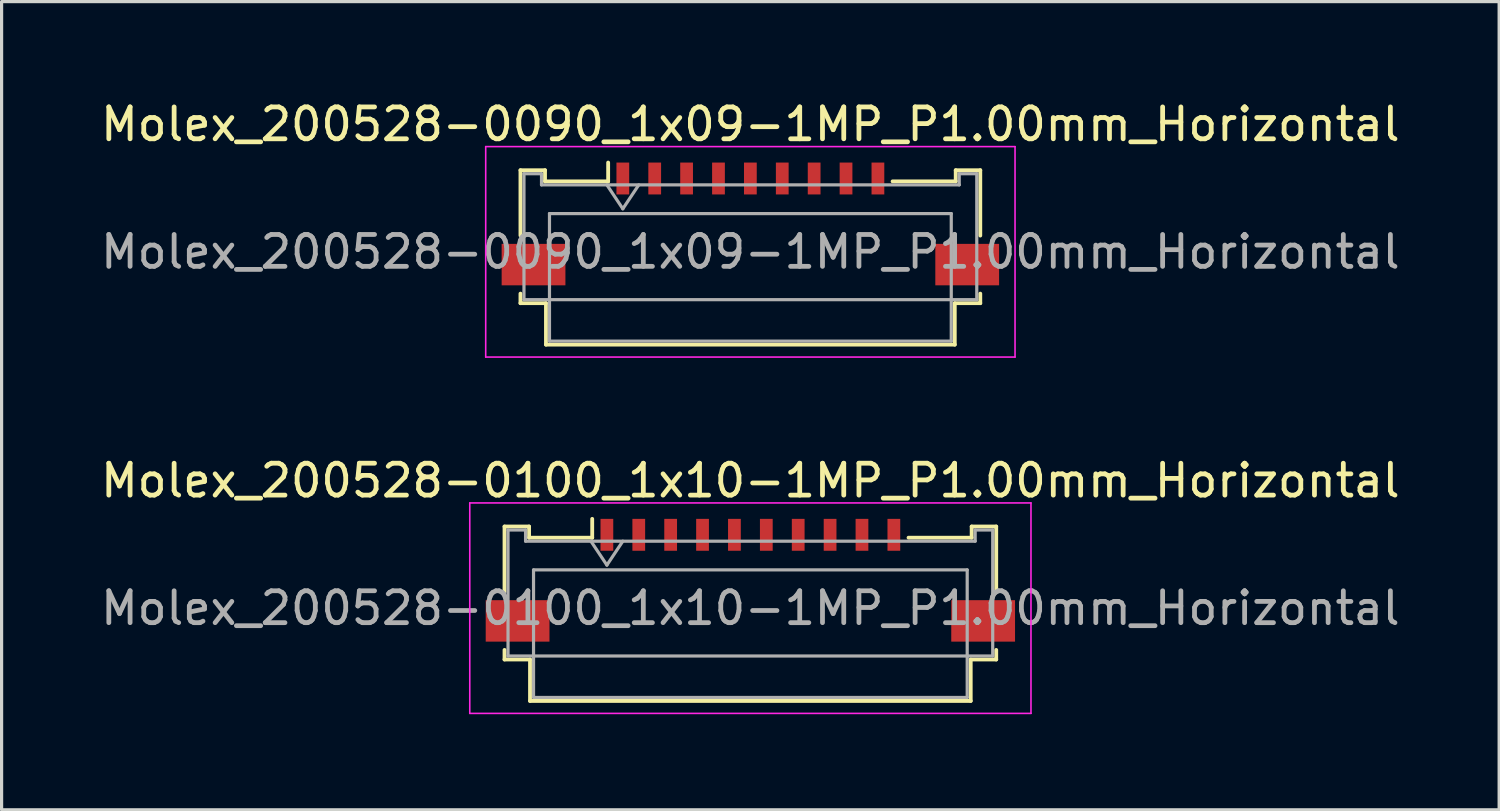
<source format=kicad_pcb>
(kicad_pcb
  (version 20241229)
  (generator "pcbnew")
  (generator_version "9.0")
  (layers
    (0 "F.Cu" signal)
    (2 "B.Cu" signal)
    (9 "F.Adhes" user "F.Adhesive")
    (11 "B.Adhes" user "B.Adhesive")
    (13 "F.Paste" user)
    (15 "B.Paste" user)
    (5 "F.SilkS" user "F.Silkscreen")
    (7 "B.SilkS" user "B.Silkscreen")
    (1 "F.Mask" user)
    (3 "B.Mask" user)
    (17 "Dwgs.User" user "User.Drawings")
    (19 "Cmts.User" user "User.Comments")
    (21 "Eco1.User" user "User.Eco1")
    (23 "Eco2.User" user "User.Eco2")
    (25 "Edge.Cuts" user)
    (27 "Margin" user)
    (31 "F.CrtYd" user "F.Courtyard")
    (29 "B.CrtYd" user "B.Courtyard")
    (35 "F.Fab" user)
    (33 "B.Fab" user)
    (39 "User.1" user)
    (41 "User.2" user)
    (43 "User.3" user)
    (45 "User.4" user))
  (footprint "Molex_200528-0100_1x10-1MP_P1.00mm_Horizontal"
    (layer "F.Cu")
    (at 20.482 14.632)
    (property "Reference" "Molex_200528-0100_1x10-1MP_P1.00mm_Horizontal" (at 0 -2.61 0) (layer "F.SilkS") (effects (font (size 1 1) (thickness 0.15))))
    (attr smd)
    (fp_line (start -7.71 -1.17) (end -7.71 0.88) (stroke (width 0.12) (type solid)) (layer "F.SilkS"))
    (fp_line (start -7.71 2.7) (end -7.71 3) (stroke (width 0.12) (type solid)) (layer "F.SilkS"))
    (fp_line (start -7.71 3) (end -6.91 3) (stroke (width 0.12) (type solid)) (layer "F.SilkS"))
    (fp_line (start -6.94 -1.17) (end -7.71 -1.17) (stroke (width 0.12) (type solid)) (layer "F.SilkS"))
    (fp_line (start -6.94 -0.82) (end -6.94 -1.17) (stroke (width 0.12) (type solid)) (layer "F.SilkS"))
    (fp_line (start -6.91 3) (end -6.91 4.3) (stroke (width 0.12) (type solid)) (layer "F.SilkS"))
    (fp_line (start -6.91 4.3) (end 6.91 4.3) (stroke (width 0.12) (type solid)) (layer "F.SilkS"))
    (fp_line (start -4.96 -1.41) (end -4.96 -0.82) (stroke (width 0.12) (type solid)) (layer "F.SilkS"))
    (fp_line (start -4.96 -0.82) (end -6.94 -0.82) (stroke (width 0.12) (type solid)) (layer "F.SilkS"))
    (fp_line (start 6.91 3) (end 7.71 3) (stroke (width 0.12) (type solid)) (layer "F.SilkS"))
    (fp_line (start 6.91 4.3) (end 6.91 3) (stroke (width 0.12) (type solid)) (layer "F.SilkS"))
    (fp_line (start 6.94 -1.17) (end 6.94 -0.82) (stroke (width 0.12) (type solid)) (layer "F.SilkS"))
    (fp_line (start 6.94 -0.82) (end 4.96 -0.82) (stroke (width 0.12) (type solid)) (layer "F.SilkS"))
    (fp_line (start 7.71 -1.17) (end 6.94 -1.17) (stroke (width 0.12) (type solid)) (layer "F.SilkS"))
    (fp_line (start 7.71 0.88) (end 7.71 -1.17) (stroke (width 0.12) (type solid)) (layer "F.SilkS"))
    (fp_line (start 7.71 3) (end 7.71 2.7) (stroke (width 0.12) (type solid)) (layer "F.SilkS"))
    (fp_line (start -8.8 -1.91) (end -8.8 4.69) (stroke (width 0.05) (type solid)) (layer "F.CrtYd"))
    (fp_line (start -8.8 4.69) (end 8.8 4.69) (stroke (width 0.05) (type solid)) (layer "F.CrtYd"))
    (fp_line (start 8.8 -1.91) (end -8.8 -1.91) (stroke (width 0.05) (type solid)) (layer "F.CrtYd"))
    (fp_line (start 8.8 4.69) (end 8.8 -1.91) (stroke (width 0.05) (type solid)) (layer "F.CrtYd"))
    (fp_line (start -7.6 -1.06) (end -7.6 2.89) (stroke (width 0.1) (type solid)) (layer "F.Fab"))
    (fp_line (start -7.6 2.89) (end 7.6 2.89) (stroke (width 0.1) (type solid)) (layer "F.Fab"))
    (fp_line (start -7.05 -1.06) (end -7.6 -1.06) (stroke (width 0.1) (type solid)) (layer "F.Fab"))
    (fp_line (start -7.05 -0.71) (end -7.05 -1.06) (stroke (width 0.1) (type solid)) (layer "F.Fab"))
    (fp_line (start -6.8 0.19) (end -6.8 4.19) (stroke (width 0.1) (type solid)) (layer "F.Fab"))
    (fp_line (start -6.8 4.19) (end 6.8 4.19) (stroke (width 0.1) (type solid)) (layer "F.Fab"))
    (fp_line (start -5 -0.71) (end -4.5 0.04) (stroke (width 0.1) (type solid)) (layer "F.Fab"))
    (fp_line (start -4.5 0.04) (end -4 -0.71) (stroke (width 0.1) (type solid)) (layer "F.Fab"))
    (fp_line (start 6.8 0.19) (end -6.8 0.19) (stroke (width 0.1) (type solid)) (layer "F.Fab"))
    (fp_line (start 6.8 4.19) (end 6.8 0.19) (stroke (width 0.1) (type solid)) (layer "F.Fab"))
    (fp_line (start 7.05 -1.06) (end 7.05 -0.71) (stroke (width 0.1) (type solid)) (layer "F.Fab"))
    (fp_line (start 7.05 -0.71) (end -7.05 -0.71) (stroke (width 0.1) (type solid)) (layer "F.Fab"))
    (fp_line (start 7.6 -1.06) (end 7.05 -1.06) (stroke (width 0.1) (type solid)) (layer "F.Fab"))
    (fp_line (start 7.6 2.89) (end 7.6 -1.06) (stroke (width 0.1) (type solid)) (layer "F.Fab"))
    (fp_text user "${REFERENCE}" (at 0 1.39 0) (layer "F.Fab") (effects (font (size 1 1) (thickness 0.15))))
    (pad "1" smd rect (at -4.5 -0.91) (size 0.4 1) (layers "F.Cu" "F.Mask" "F.Paste"))
    (pad "2" smd rect (at -3.5 -0.91) (size 0.4 1) (layers "F.Cu" "F.Mask" "F.Paste"))
    (pad "3" smd rect (at -2.5 -0.91) (size 0.4 1) (layers "F.Cu" "F.Mask" "F.Paste"))
    (pad "4" smd rect (at -1.5 -0.91) (size 0.4 1) (layers "F.Cu" "F.Mask" "F.Paste"))
    (pad "5" smd rect (at -0.5 -0.91) (size 0.4 1) (layers "F.Cu" "F.Mask" "F.Paste"))
    (pad "6" smd rect (at 0.5 -0.91) (size 0.4 1) (layers "F.Cu" "F.Mask" "F.Paste"))
    (pad "7" smd rect (at 1.5 -0.91) (size 0.4 1) (layers "F.Cu" "F.Mask" "F.Paste"))
    (pad "8" smd rect (at 2.5 -0.91) (size 0.4 1) (layers "F.Cu" "F.Mask" "F.Paste"))
    (pad "9" smd rect (at 3.5 -0.91) (size 0.4 1) (layers "F.Cu" "F.Mask" "F.Paste"))
    (pad "10" smd rect (at 4.5 -0.91) (size 0.4 1) (layers "F.Cu" "F.Mask" "F.Paste"))
    (pad "MP" smd rect (at -7.3 1.79) (size 2 1.3) (layers "F.Cu" "F.Mask" "F.Paste"))
    (pad "MP" smd rect (at 7.3 1.79) (size 2 1.3) (layers "F.Cu" "F.Mask" "F.Paste")))
  (footprint "Molex_200528-0090_1x09-1MP_P1.00mm_Horizontal"
    (layer "F.Cu")
    (at 20.482 3.458)
    (property "Reference" "Molex_200528-0090_1x09-1MP_P1.00mm_Horizontal" (at 0 -2.61 0) (layer "F.SilkS") (effects (font (size 1 1) (thickness 0.15))))
    (attr smd)
    (fp_line (start -7.21 -1.17) (end -7.21 0.88) (stroke (width 0.12) (type solid)) (layer "F.SilkS"))
    (fp_line (start -7.21 2.7) (end -7.21 3) (stroke (width 0.12) (type solid)) (layer "F.SilkS"))
    (fp_line (start -7.21 3) (end -6.41 3) (stroke (width 0.12) (type solid)) (layer "F.SilkS"))
    (fp_line (start -6.44 -1.17) (end -7.21 -1.17) (stroke (width 0.12) (type solid)) (layer "F.SilkS"))
    (fp_line (start -6.44 -0.82) (end -6.44 -1.17) (stroke (width 0.12) (type solid)) (layer "F.SilkS"))
    (fp_line (start -6.41 3) (end -6.41 4.3) (stroke (width 0.12) (type solid)) (layer "F.SilkS"))
    (fp_line (start -6.41 4.3) (end 6.41 4.3) (stroke (width 0.12) (type solid)) (layer "F.SilkS"))
    (fp_line (start -4.46 -1.41) (end -4.46 -0.82) (stroke (width 0.12) (type solid)) (layer "F.SilkS"))
    (fp_line (start -4.46 -0.82) (end -6.44 -0.82) (stroke (width 0.12) (type solid)) (layer "F.SilkS"))
    (fp_line (start 6.41 3) (end 7.21 3) (stroke (width 0.12) (type solid)) (layer "F.SilkS"))
    (fp_line (start 6.41 4.3) (end 6.41 3) (stroke (width 0.12) (type solid)) (layer "F.SilkS"))
    (fp_line (start 6.44 -1.17) (end 6.44 -0.82) (stroke (width 0.12) (type solid)) (layer "F.SilkS"))
    (fp_line (start 6.44 -0.82) (end 4.46 -0.82) (stroke (width 0.12) (type solid)) (layer "F.SilkS"))
    (fp_line (start 7.21 -1.17) (end 6.44 -1.17) (stroke (width 0.12) (type solid)) (layer "F.SilkS"))
    (fp_line (start 7.21 0.88) (end 7.21 -1.17) (stroke (width 0.12) (type solid)) (layer "F.SilkS"))
    (fp_line (start 7.21 3) (end 7.21 2.7) (stroke (width 0.12) (type solid)) (layer "F.SilkS"))
    (fp_line (start -8.3 -1.91) (end -8.3 4.69) (stroke (width 0.05) (type solid)) (layer "F.CrtYd"))
    (fp_line (start -8.3 4.69) (end 8.3 4.69) (stroke (width 0.05) (type solid)) (layer "F.CrtYd"))
    (fp_line (start 8.3 -1.91) (end -8.3 -1.91) (stroke (width 0.05) (type solid)) (layer "F.CrtYd"))
    (fp_line (start 8.3 4.69) (end 8.3 -1.91) (stroke (width 0.05) (type solid)) (layer "F.CrtYd"))
    (fp_line (start -7.1 -1.06) (end -7.1 2.89) (stroke (width 0.1) (type solid)) (layer "F.Fab"))
    (fp_line (start -7.1 2.89) (end 7.1 2.89) (stroke (width 0.1) (type solid)) (layer "F.Fab"))
    (fp_line (start -6.55 -1.06) (end -7.1 -1.06) (stroke (width 0.1) (type solid)) (layer "F.Fab"))
    (fp_line (start -6.55 -0.71) (end -6.55 -1.06) (stroke (width 0.1) (type solid)) (layer "F.Fab"))
    (fp_line (start -6.3 0.19) (end -6.3 4.19) (stroke (width 0.1) (type solid)) (layer "F.Fab"))
    (fp_line (start -6.3 4.19) (end 6.3 4.19) (stroke (width 0.1) (type solid)) (layer "F.Fab"))
    (fp_line (start -4.5 -0.71) (end -4 0.04) (stroke (width 0.1) (type solid)) (layer "F.Fab"))
    (fp_line (start -4 0.04) (end -3.5 -0.71) (stroke (width 0.1) (type solid)) (layer "F.Fab"))
    (fp_line (start 6.3 0.19) (end -6.3 0.19) (stroke (width 0.1) (type solid)) (layer "F.Fab"))
    (fp_line (start 6.3 4.19) (end 6.3 0.19) (stroke (width 0.1) (type solid)) (layer "F.Fab"))
    (fp_line (start 6.55 -1.06) (end 6.55 -0.71) (stroke (width 0.1) (type solid)) (layer "F.Fab"))
    (fp_line (start 6.55 -0.71) (end -6.55 -0.71) (stroke (width 0.1) (type solid)) (layer "F.Fab"))
    (fp_line (start 7.1 -1.06) (end 6.55 -1.06) (stroke (width 0.1) (type solid)) (layer "F.Fab"))
    (fp_line (start 7.1 2.89) (end 7.1 -1.06) (stroke (width 0.1) (type solid)) (layer "F.Fab"))
    (fp_text user "${REFERENCE}" (at 0 1.39 0) (layer "F.Fab") (effects (font (size 1 1) (thickness 0.15))))
    (pad "1" smd rect (at -4 -0.91) (size 0.4 1) (layers "F.Cu" "F.Mask" "F.Paste"))
    (pad "2" smd rect (at -3 -0.91) (size 0.4 1) (layers "F.Cu" "F.Mask" "F.Paste"))
    (pad "3" smd rect (at -2 -0.91) (size 0.4 1) (layers "F.Cu" "F.Mask" "F.Paste"))
    (pad "4" smd rect (at -1 -0.91) (size 0.4 1) (layers "F.Cu" "F.Mask" "F.Paste"))
    (pad "5" smd rect (at 0 -0.91) (size 0.4 1) (layers "F.Cu" "F.Mask" "F.Paste"))
    (pad "6" smd rect (at 1 -0.91) (size 0.4 1) (layers "F.Cu" "F.Mask" "F.Paste"))
    (pad "7" smd rect (at 2 -0.91) (size 0.4 1) (layers "F.Cu" "F.Mask" "F.Paste"))
    (pad "8" smd rect (at 3 -0.91) (size 0.4 1) (layers "F.Cu" "F.Mask" "F.Paste"))
    (pad "9" smd rect (at 4 -0.91) (size 0.4 1) (layers "F.Cu" "F.Mask" "F.Paste"))
    (pad "MP" smd rect (at -6.8 1.79) (size 2 1.3) (layers "F.Cu" "F.Mask" "F.Paste"))
    (pad "MP" smd rect (at 6.8 1.79) (size 2 1.3) (layers "F.Cu" "F.Mask" "F.Paste")))
  (gr_rect
    (start -3 -3)
    (end 43.964 22.346)
    (stroke (width 0.1) (type default))
    (fill no)
    (layer "Edge.Cuts")))
</source>
